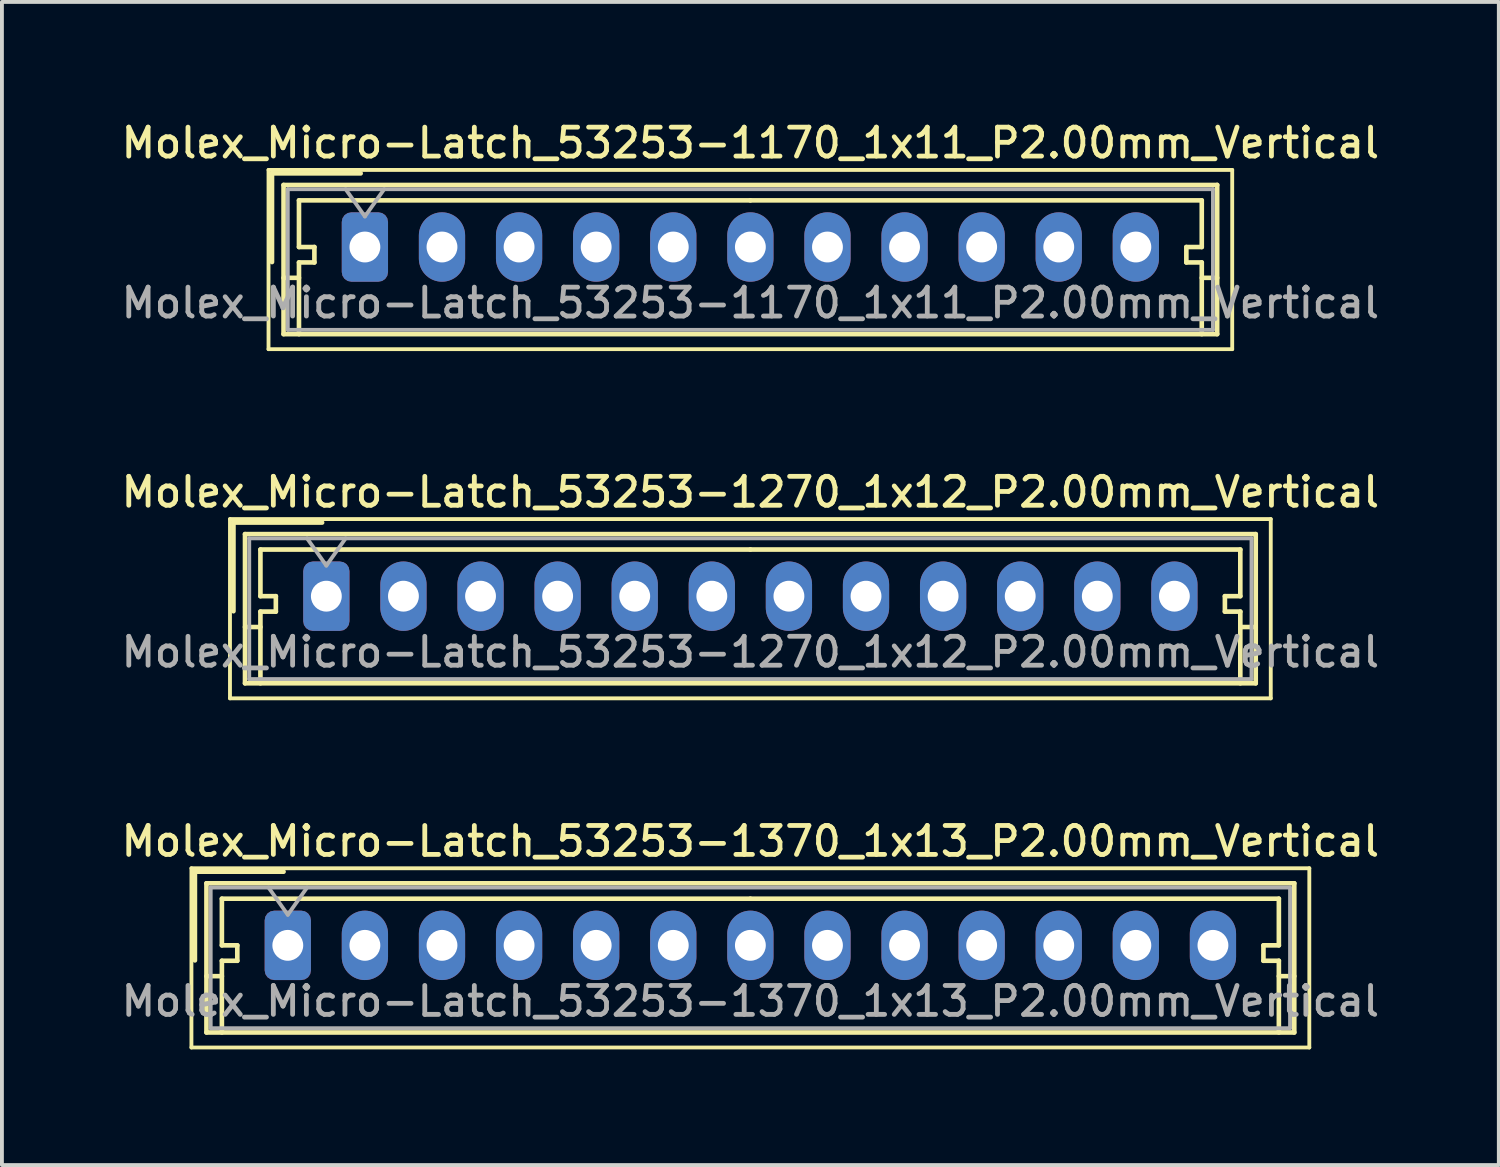
<source format=kicad_pcb>
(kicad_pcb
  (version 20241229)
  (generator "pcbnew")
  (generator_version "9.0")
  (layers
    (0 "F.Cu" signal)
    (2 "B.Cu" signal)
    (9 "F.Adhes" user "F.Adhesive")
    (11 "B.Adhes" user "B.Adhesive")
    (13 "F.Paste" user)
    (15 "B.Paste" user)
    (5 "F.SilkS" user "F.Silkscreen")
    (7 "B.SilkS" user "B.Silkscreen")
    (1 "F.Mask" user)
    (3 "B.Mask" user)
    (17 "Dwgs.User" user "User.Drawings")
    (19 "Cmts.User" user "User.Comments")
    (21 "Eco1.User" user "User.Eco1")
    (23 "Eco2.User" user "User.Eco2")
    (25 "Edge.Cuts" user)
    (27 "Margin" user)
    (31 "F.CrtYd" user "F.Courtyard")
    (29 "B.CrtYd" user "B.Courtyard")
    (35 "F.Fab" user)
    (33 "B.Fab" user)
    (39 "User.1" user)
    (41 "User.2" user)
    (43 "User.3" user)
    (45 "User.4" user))
  (footprint "Molex_Micro-Latch_53253-1370_1x13_P2.00mm_Vertical"
    (layer "F.Cu")
    (at 4.416 21.474)
    (property "Reference" "Molex_Micro-Latch_53253-1370_1x13_P2.00mm_Vertical" (at 12 -2.7 0) (layer "F.SilkS") (effects (font (size 0.75 0.75) (thickness 0.125))))
    (attr through_hole)
    (fp_line (start -2.5 -2) (end -2.5 2.65) (stroke (width 0.1) (type solid)) (layer "F.SilkS"))
    (fp_line (start -2.5 2.65) (end 26.5 2.65) (stroke (width 0.1) (type solid)) (layer "F.SilkS"))
    (fp_line (start -2.41 -1.91) (end -2.41 0.39) (stroke (width 0.12) (type solid)) (layer "F.SilkS"))
    (fp_line (start -2.11 -1.61) (end -2.11 2.26) (stroke (width 0.12) (type solid)) (layer "F.SilkS"))
    (fp_line (start -2.11 0.8) (end -1.71 0.8) (stroke (width 0.12) (type solid)) (layer "F.SilkS"))
    (fp_line (start -2.11 2.26) (end 26.11 2.26) (stroke (width 0.12) (type solid)) (layer "F.SilkS"))
    (fp_line (start -1.71 -1.21) (end -1.71 0) (stroke (width 0.12) (type solid)) (layer "F.SilkS"))
    (fp_line (start -1.71 0) (end -1.31 0) (stroke (width 0.12) (type solid)) (layer "F.SilkS"))
    (fp_line (start -1.71 0.4) (end -1.71 2.26) (stroke (width 0.12) (type solid)) (layer "F.SilkS"))
    (fp_line (start -1.31 0) (end -1.31 0.4) (stroke (width 0.12) (type solid)) (layer "F.SilkS"))
    (fp_line (start -1.31 0.4) (end -1.71 0.4) (stroke (width 0.12) (type solid)) (layer "F.SilkS"))
    (fp_line (start -0.11 -1.91) (end -2.41 -1.91) (stroke (width 0.12) (type solid)) (layer "F.SilkS"))
    (fp_line (start 12 -1.21) (end -1.71 -1.21) (stroke (width 0.12) (type solid)) (layer "F.SilkS"))
    (fp_line (start 12 -1.21) (end 25.71 -1.21) (stroke (width 0.12) (type solid)) (layer "F.SilkS"))
    (fp_line (start 25.31 0) (end 25.31 0.4) (stroke (width 0.12) (type solid)) (layer "F.SilkS"))
    (fp_line (start 25.31 0.4) (end 25.71 0.4) (stroke (width 0.12) (type solid)) (layer "F.SilkS"))
    (fp_line (start 25.71 -1.21) (end 25.71 0) (stroke (width 0.12) (type solid)) (layer "F.SilkS"))
    (fp_line (start 25.71 0) (end 25.31 0) (stroke (width 0.12) (type solid)) (layer "F.SilkS"))
    (fp_line (start 25.71 0.4) (end 25.71 2.26) (stroke (width 0.12) (type solid)) (layer "F.SilkS"))
    (fp_line (start 26.11 -1.61) (end -2.11 -1.61) (stroke (width 0.12) (type solid)) (layer "F.SilkS"))
    (fp_line (start 26.11 0.8) (end 25.71 0.8) (stroke (width 0.12) (type solid)) (layer "F.SilkS"))
    (fp_line (start 26.11 2.26) (end 26.11 -1.61) (stroke (width 0.12) (type solid)) (layer "F.SilkS"))
    (fp_line (start 26.5 -2) (end -2.5 -2) (stroke (width 0.1) (type solid)) (layer "F.SilkS"))
    (fp_line (start 26.5 2.65) (end 26.5 -2) (stroke (width 0.1) (type solid)) (layer "F.SilkS"))
    (fp_line (start -2 -1.5) (end -2 2.15) (stroke (width 0.1) (type solid)) (layer "F.Fab"))
    (fp_line (start -2 2.15) (end 26 2.15) (stroke (width 0.1) (type solid)) (layer "F.Fab"))
    (fp_line (start -0.5 -1.5) (end 0 -0.793) (stroke (width 0.1) (type solid)) (layer "F.Fab"))
    (fp_line (start 0 -0.793) (end 0.5 -1.5) (stroke (width 0.1) (type solid)) (layer "F.Fab"))
    (fp_line (start 26 -1.5) (end -2 -1.5) (stroke (width 0.1) (type solid)) (layer "F.Fab"))
    (fp_line (start 26 2.15) (end 26 -1.5) (stroke (width 0.1) (type solid)) (layer "F.Fab"))
    (fp_text user "${REFERENCE}" (at 12 1.45 0) (layer "F.Fab") (effects (font (size 0.75 0.75) (thickness 0.125))))
    (pad "1" thru_hole roundrect (at 0 0) (size 1.2 1.8) (drill 0.8) (layers "*.Cu" "*.Mask") (roundrect_rratio 0.208))
    (pad "2" thru_hole oval (at 2 0) (size 1.2 1.8) (drill 0.8) (layers "*.Cu" "*.Mask"))
    (pad "3" thru_hole oval (at 4 0) (size 1.2 1.8) (drill 0.8) (layers "*.Cu" "*.Mask"))
    (pad "4" thru_hole oval (at 6 0) (size 1.2 1.8) (drill 0.8) (layers "*.Cu" "*.Mask"))
    (pad "5" thru_hole oval (at 8 0) (size 1.2 1.8) (drill 0.8) (layers "*.Cu" "*.Mask"))
    (pad "6" thru_hole oval (at 10 0) (size 1.2 1.8) (drill 0.8) (layers "*.Cu" "*.Mask"))
    (pad "7" thru_hole oval (at 12 0) (size 1.2 1.8) (drill 0.8) (layers "*.Cu" "*.Mask"))
    (pad "8" thru_hole oval (at 14 0) (size 1.2 1.8) (drill 0.8) (layers "*.Cu" "*.Mask"))
    (pad "9" thru_hole oval (at 16 0) (size 1.2 1.8) (drill 0.8) (layers "*.Cu" "*.Mask"))
    (pad "10" thru_hole oval (at 18 0) (size 1.2 1.8) (drill 0.8) (layers "*.Cu" "*.Mask"))
    (pad "11" thru_hole oval (at 20 0) (size 1.2 1.8) (drill 0.8) (layers "*.Cu" "*.Mask"))
    (pad "12" thru_hole oval (at 22 0) (size 1.2 1.8) (drill 0.8) (layers "*.Cu" "*.Mask"))
    (pad "13" thru_hole oval (at 24 0) (size 1.2 1.8) (drill 0.8) (layers "*.Cu" "*.Mask")))
  (footprint "Molex_Micro-Latch_53253-1270_1x12_P2.00mm_Vertical"
    (layer "F.Cu")
    (at 5.416 12.416)
    (property "Reference" "Molex_Micro-Latch_53253-1270_1x12_P2.00mm_Vertical" (at 11 -2.7 0) (layer "F.SilkS") (effects (font (size 0.75 0.75) (thickness 0.125))))
    (attr through_hole)
    (fp_line (start -2.5 -2) (end -2.5 2.65) (stroke (width 0.1) (type solid)) (layer "F.SilkS"))
    (fp_line (start -2.5 2.65) (end 24.5 2.65) (stroke (width 0.1) (type solid)) (layer "F.SilkS"))
    (fp_line (start -2.41 -1.91) (end -2.41 0.39) (stroke (width 0.12) (type solid)) (layer "F.SilkS"))
    (fp_line (start -2.11 -1.61) (end -2.11 2.26) (stroke (width 0.12) (type solid)) (layer "F.SilkS"))
    (fp_line (start -2.11 0.8) (end -1.71 0.8) (stroke (width 0.12) (type solid)) (layer "F.SilkS"))
    (fp_line (start -2.11 2.26) (end 24.11 2.26) (stroke (width 0.12) (type solid)) (layer "F.SilkS"))
    (fp_line (start -1.71 -1.21) (end -1.71 0) (stroke (width 0.12) (type solid)) (layer "F.SilkS"))
    (fp_line (start -1.71 0) (end -1.31 0) (stroke (width 0.12) (type solid)) (layer "F.SilkS"))
    (fp_line (start -1.71 0.4) (end -1.71 2.26) (stroke (width 0.12) (type solid)) (layer "F.SilkS"))
    (fp_line (start -1.31 0) (end -1.31 0.4) (stroke (width 0.12) (type solid)) (layer "F.SilkS"))
    (fp_line (start -1.31 0.4) (end -1.71 0.4) (stroke (width 0.12) (type solid)) (layer "F.SilkS"))
    (fp_line (start -0.11 -1.91) (end -2.41 -1.91) (stroke (width 0.12) (type solid)) (layer "F.SilkS"))
    (fp_line (start 11 -1.21) (end -1.71 -1.21) (stroke (width 0.12) (type solid)) (layer "F.SilkS"))
    (fp_line (start 11 -1.21) (end 23.71 -1.21) (stroke (width 0.12) (type solid)) (layer "F.SilkS"))
    (fp_line (start 23.31 0) (end 23.31 0.4) (stroke (width 0.12) (type solid)) (layer "F.SilkS"))
    (fp_line (start 23.31 0.4) (end 23.71 0.4) (stroke (width 0.12) (type solid)) (layer "F.SilkS"))
    (fp_line (start 23.71 -1.21) (end 23.71 0) (stroke (width 0.12) (type solid)) (layer "F.SilkS"))
    (fp_line (start 23.71 0) (end 23.31 0) (stroke (width 0.12) (type solid)) (layer "F.SilkS"))
    (fp_line (start 23.71 0.4) (end 23.71 2.26) (stroke (width 0.12) (type solid)) (layer "F.SilkS"))
    (fp_line (start 24.11 -1.61) (end -2.11 -1.61) (stroke (width 0.12) (type solid)) (layer "F.SilkS"))
    (fp_line (start 24.11 0.8) (end 23.71 0.8) (stroke (width 0.12) (type solid)) (layer "F.SilkS"))
    (fp_line (start 24.11 2.26) (end 24.11 -1.61) (stroke (width 0.12) (type solid)) (layer "F.SilkS"))
    (fp_line (start 24.5 -2) (end -2.5 -2) (stroke (width 0.1) (type solid)) (layer "F.SilkS"))
    (fp_line (start 24.5 2.65) (end 24.5 -2) (stroke (width 0.1) (type solid)) (layer "F.SilkS"))
    (fp_line (start -2 -1.5) (end -2 2.15) (stroke (width 0.1) (type solid)) (layer "F.Fab"))
    (fp_line (start -2 2.15) (end 24 2.15) (stroke (width 0.1) (type solid)) (layer "F.Fab"))
    (fp_line (start -0.5 -1.5) (end 0 -0.793) (stroke (width 0.1) (type solid)) (layer "F.Fab"))
    (fp_line (start 0 -0.793) (end 0.5 -1.5) (stroke (width 0.1) (type solid)) (layer "F.Fab"))
    (fp_line (start 24 -1.5) (end -2 -1.5) (stroke (width 0.1) (type solid)) (layer "F.Fab"))
    (fp_line (start 24 2.15) (end 24 -1.5) (stroke (width 0.1) (type solid)) (layer "F.Fab"))
    (fp_text user "${REFERENCE}" (at 11 1.45 0) (layer "F.Fab") (effects (font (size 0.75 0.75) (thickness 0.125))))
    (pad "1" thru_hole roundrect (at 0 0) (size 1.2 1.8) (drill 0.8) (layers "*.Cu" "*.Mask") (roundrect_rratio 0.208))
    (pad "2" thru_hole oval (at 2 0) (size 1.2 1.8) (drill 0.8) (layers "*.Cu" "*.Mask"))
    (pad "3" thru_hole oval (at 4 0) (size 1.2 1.8) (drill 0.8) (layers "*.Cu" "*.Mask"))
    (pad "4" thru_hole oval (at 6 0) (size 1.2 1.8) (drill 0.8) (layers "*.Cu" "*.Mask"))
    (pad "5" thru_hole oval (at 8 0) (size 1.2 1.8) (drill 0.8) (layers "*.Cu" "*.Mask"))
    (pad "6" thru_hole oval (at 10 0) (size 1.2 1.8) (drill 0.8) (layers "*.Cu" "*.Mask"))
    (pad "7" thru_hole oval (at 12 0) (size 1.2 1.8) (drill 0.8) (layers "*.Cu" "*.Mask"))
    (pad "8" thru_hole oval (at 14 0) (size 1.2 1.8) (drill 0.8) (layers "*.Cu" "*.Mask"))
    (pad "9" thru_hole oval (at 16 0) (size 1.2 1.8) (drill 0.8) (layers "*.Cu" "*.Mask"))
    (pad "10" thru_hole oval (at 18 0) (size 1.2 1.8) (drill 0.8) (layers "*.Cu" "*.Mask"))
    (pad "11" thru_hole oval (at 20 0) (size 1.2 1.8) (drill 0.8) (layers "*.Cu" "*.Mask"))
    (pad "12" thru_hole oval (at 22 0) (size 1.2 1.8) (drill 0.8) (layers "*.Cu" "*.Mask")))
  (footprint "Molex_Micro-Latch_53253-1170_1x11_P2.00mm_Vertical"
    (layer "F.Cu")
    (at 6.416 3.358)
    (property "Reference" "Molex_Micro-Latch_53253-1170_1x11_P2.00mm_Vertical" (at 10 -2.7 0) (layer "F.SilkS") (effects (font (size 0.75 0.75) (thickness 0.125))))
    (attr through_hole)
    (fp_line (start -2.5 -2) (end -2.5 2.65) (stroke (width 0.1) (type solid)) (layer "F.SilkS"))
    (fp_line (start -2.5 2.65) (end 22.5 2.65) (stroke (width 0.1) (type solid)) (layer "F.SilkS"))
    (fp_line (start -2.41 -1.91) (end -2.41 0.39) (stroke (width 0.12) (type solid)) (layer "F.SilkS"))
    (fp_line (start -2.11 -1.61) (end -2.11 2.26) (stroke (width 0.12) (type solid)) (layer "F.SilkS"))
    (fp_line (start -2.11 0.8) (end -1.71 0.8) (stroke (width 0.12) (type solid)) (layer "F.SilkS"))
    (fp_line (start -2.11 2.26) (end 22.11 2.26) (stroke (width 0.12) (type solid)) (layer "F.SilkS"))
    (fp_line (start -1.71 -1.21) (end -1.71 0) (stroke (width 0.12) (type solid)) (layer "F.SilkS"))
    (fp_line (start -1.71 0) (end -1.31 0) (stroke (width 0.12) (type solid)) (layer "F.SilkS"))
    (fp_line (start -1.71 0.4) (end -1.71 2.26) (stroke (width 0.12) (type solid)) (layer "F.SilkS"))
    (fp_line (start -1.31 0) (end -1.31 0.4) (stroke (width 0.12) (type solid)) (layer "F.SilkS"))
    (fp_line (start -1.31 0.4) (end -1.71 0.4) (stroke (width 0.12) (type solid)) (layer "F.SilkS"))
    (fp_line (start -0.11 -1.91) (end -2.41 -1.91) (stroke (width 0.12) (type solid)) (layer "F.SilkS"))
    (fp_line (start 10 -1.21) (end -1.71 -1.21) (stroke (width 0.12) (type solid)) (layer "F.SilkS"))
    (fp_line (start 10 -1.21) (end 21.71 -1.21) (stroke (width 0.12) (type solid)) (layer "F.SilkS"))
    (fp_line (start 21.31 0) (end 21.31 0.4) (stroke (width 0.12) (type solid)) (layer "F.SilkS"))
    (fp_line (start 21.31 0.4) (end 21.71 0.4) (stroke (width 0.12) (type solid)) (layer "F.SilkS"))
    (fp_line (start 21.71 -1.21) (end 21.71 0) (stroke (width 0.12) (type solid)) (layer "F.SilkS"))
    (fp_line (start 21.71 0) (end 21.31 0) (stroke (width 0.12) (type solid)) (layer "F.SilkS"))
    (fp_line (start 21.71 0.4) (end 21.71 2.26) (stroke (width 0.12) (type solid)) (layer "F.SilkS"))
    (fp_line (start 22.11 -1.61) (end -2.11 -1.61) (stroke (width 0.12) (type solid)) (layer "F.SilkS"))
    (fp_line (start 22.11 0.8) (end 21.71 0.8) (stroke (width 0.12) (type solid)) (layer "F.SilkS"))
    (fp_line (start 22.11 2.26) (end 22.11 -1.61) (stroke (width 0.12) (type solid)) (layer "F.SilkS"))
    (fp_line (start 22.5 -2) (end -2.5 -2) (stroke (width 0.1) (type solid)) (layer "F.SilkS"))
    (fp_line (start 22.5 2.65) (end 22.5 -2) (stroke (width 0.1) (type solid)) (layer "F.SilkS"))
    (fp_line (start -2 -1.5) (end -2 2.15) (stroke (width 0.1) (type solid)) (layer "F.Fab"))
    (fp_line (start -2 2.15) (end 22 2.15) (stroke (width 0.1) (type solid)) (layer "F.Fab"))
    (fp_line (start -0.5 -1.5) (end 0 -0.793) (stroke (width 0.1) (type solid)) (layer "F.Fab"))
    (fp_line (start 0 -0.793) (end 0.5 -1.5) (stroke (width 0.1) (type solid)) (layer "F.Fab"))
    (fp_line (start 22 -1.5) (end -2 -1.5) (stroke (width 0.1) (type solid)) (layer "F.Fab"))
    (fp_line (start 22 2.15) (end 22 -1.5) (stroke (width 0.1) (type solid)) (layer "F.Fab"))
    (fp_text user "${REFERENCE}" (at 10 1.45 0) (layer "F.Fab") (effects (font (size 0.75 0.75) (thickness 0.125))))
    (pad "1" thru_hole roundrect (at 0 0) (size 1.2 1.8) (drill 0.8) (layers "*.Cu" "*.Mask") (roundrect_rratio 0.208))
    (pad "2" thru_hole oval (at 2 0) (size 1.2 1.8) (drill 0.8) (layers "*.Cu" "*.Mask"))
    (pad "3" thru_hole oval (at 4 0) (size 1.2 1.8) (drill 0.8) (layers "*.Cu" "*.Mask"))
    (pad "4" thru_hole oval (at 6 0) (size 1.2 1.8) (drill 0.8) (layers "*.Cu" "*.Mask"))
    (pad "5" thru_hole oval (at 8 0) (size 1.2 1.8) (drill 0.8) (layers "*.Cu" "*.Mask"))
    (pad "6" thru_hole oval (at 10 0) (size 1.2 1.8) (drill 0.8) (layers "*.Cu" "*.Mask"))
    (pad "7" thru_hole oval (at 12 0) (size 1.2 1.8) (drill 0.8) (layers "*.Cu" "*.Mask"))
    (pad "8" thru_hole oval (at 14 0) (size 1.2 1.8) (drill 0.8) (layers "*.Cu" "*.Mask"))
    (pad "9" thru_hole oval (at 16 0) (size 1.2 1.8) (drill 0.8) (layers "*.Cu" "*.Mask"))
    (pad "10" thru_hole oval (at 18 0) (size 1.2 1.8) (drill 0.8) (layers "*.Cu" "*.Mask"))
    (pad "11" thru_hole oval (at 20 0) (size 1.2 1.8) (drill 0.8) (layers "*.Cu" "*.Mask")))
  (gr_rect
    (start -3 -3)
    (end 35.832 27.174)
    (stroke (width 0.1) (type default))
    (fill no)
    (layer "Edge.Cuts")))
</source>
